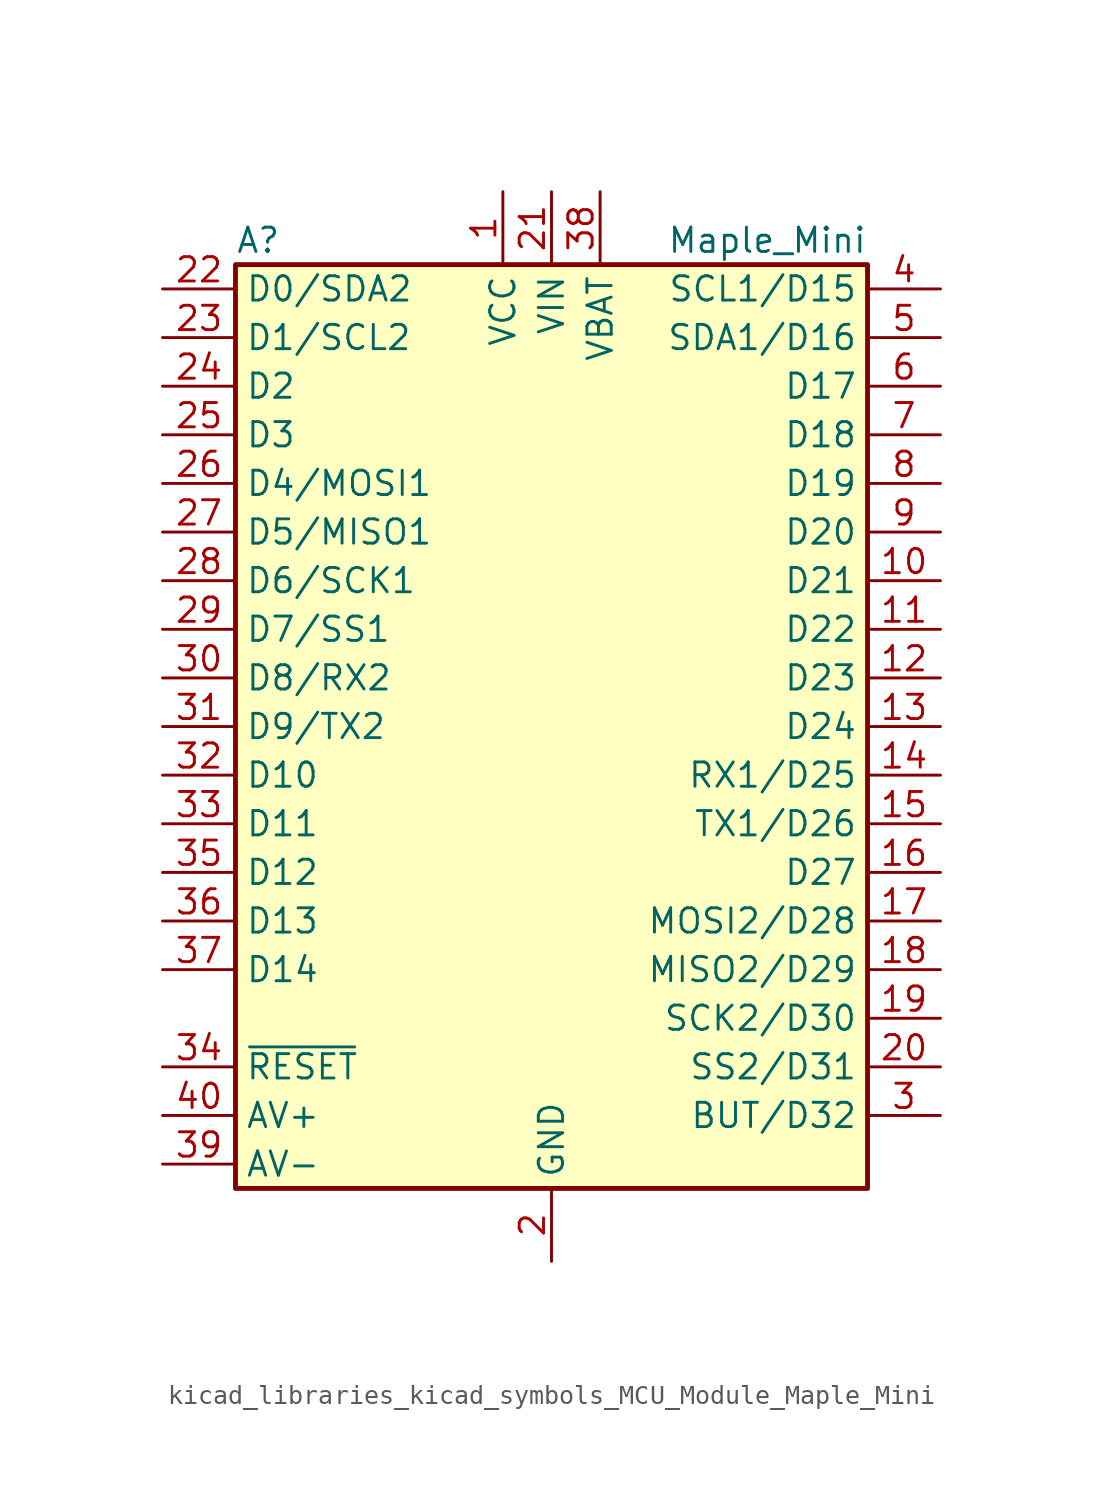
<source format=kicad_sym>
(kicad_symbol_lib
  (version 20220914)
  (generator kicad_symbol_editor)
  (symbol "kicad_libraries_kicad_symbols_MCU_Module_Maple_Mini"
    (property "Reference" "A"
      (at -16.51 25.4 0)
      (effects (font (size 1.27 1.27)) (justify left)))
    (property "Value" "Maple_Mini"
      (at 16.51 25.4 0)
      (effects (font (size 1.27 1.27)) (justify right)))
    (symbol "kicad_libraries_kicad_symbols_MCU_Module_Maple_Mini_0_1"
      (rectangle (start -16.51 24.13) (end 16.51 -24.13) (stroke (width 0.254) (type default)) (fill (type background))))
    (symbol "kicad_libraries_kicad_symbols_MCU_Module_Maple_Mini_1_1"
      (pin power_in line (at -2.54 27.94 270) (length 3.81) (name "VCC" (effects (font (size 1.27 1.27)))) (number "1" (effects (font (size 1.27 1.27)))))
      (pin bidirectional line (at 20.32 7.62 180) (length 3.81) (name "D21" (effects (font (size 1.27 1.27)))) (number "10" (effects (font (size 1.27 1.27)))))
      (pin bidirectional line (at 20.32 5.08 180) (length 3.81) (name "D22" (effects (font (size 1.27 1.27)))) (number "11" (effects (font (size 1.27 1.27)))))
      (pin bidirectional line (at 20.32 2.54 180) (length 3.81) (name "D23" (effects (font (size 1.27 1.27)))) (number "12" (effects (font (size 1.27 1.27)))))
      (pin bidirectional line (at 20.32 0 180) (length 3.81) (name "D24" (effects (font (size 1.27 1.27)))) (number "13" (effects (font (size 1.27 1.27)))))
      (pin bidirectional line (at 20.32 -2.54 180) (length 3.81) (name "RX1/D25" (effects (font (size 1.27 1.27)))) (number "14" (effects (font (size 1.27 1.27)))))
      (pin bidirectional line (at 20.32 -5.08 180) (length 3.81) (name "TX1/D26" (effects (font (size 1.27 1.27)))) (number "15" (effects (font (size 1.27 1.27)))))
      (pin bidirectional line (at 20.32 -7.62 180) (length 3.81) (name "D27" (effects (font (size 1.27 1.27)))) (number "16" (effects (font (size 1.27 1.27)))))
      (pin bidirectional line (at 20.32 -10.16 180) (length 3.81) (name "MOSI2/D28" (effects (font (size 1.27 1.27)))) (number "17" (effects (font (size 1.27 1.27)))))
      (pin bidirectional line (at 20.32 -12.7 180) (length 3.81) (name "MISO2/D29" (effects (font (size 1.27 1.27)))) (number "18" (effects (font (size 1.27 1.27)))))
      (pin bidirectional line (at 20.32 -15.24 180) (length 3.81) (name "SCK2/D30" (effects (font (size 1.27 1.27)))) (number "19" (effects (font (size 1.27 1.27)))))
      (pin power_in line (at 0 -27.94 90) (length 3.81) (name "GND" (effects (font (size 1.27 1.27)))) (number "2" (effects (font (size 1.27 1.27)))))
      (pin bidirectional line (at 20.32 -17.78 180) (length 3.81) (name "SS2/D31" (effects (font (size 1.27 1.27)))) (number "20" (effects (font (size 1.27 1.27)))))
      (pin power_in line (at 0 27.94 270) (length 3.81) (name "VIN" (effects (font (size 1.27 1.27)))) (number "21" (effects (font (size 1.27 1.27)))))
      (pin bidirectional line (at -20.32 22.86 0) (length 3.81) (name "D0/SDA2" (effects (font (size 1.27 1.27)))) (number "22" (effects (font (size 1.27 1.27)))))
      (pin bidirectional line (at -20.32 20.32 0) (length 3.81) (name "D1/SCL2" (effects (font (size 1.27 1.27)))) (number "23" (effects (font (size 1.27 1.27)))))
      (pin bidirectional line (at -20.32 17.78 0) (length 3.81) (name "D2" (effects (font (size 1.27 1.27)))) (number "24" (effects (font (size 1.27 1.27)))))
      (pin bidirectional line (at -20.32 15.24 0) (length 3.81) (name "D3" (effects (font (size 1.27 1.27)))) (number "25" (effects (font (size 1.27 1.27)))))
      (pin bidirectional line (at -20.32 12.7 0) (length 3.81) (name "D4/MOSI1" (effects (font (size 1.27 1.27)))) (number "26" (effects (font (size 1.27 1.27)))))
      (pin bidirectional line (at -20.32 10.16 0) (length 3.81) (name "D5/MISO1" (effects (font (size 1.27 1.27)))) (number "27" (effects (font (size 1.27 1.27)))))
      (pin bidirectional line (at -20.32 7.62 0) (length 3.81) (name "D6/SCK1" (effects (font (size 1.27 1.27)))) (number "28" (effects (font (size 1.27 1.27)))))
      (pin bidirectional line (at -20.32 5.08 0) (length 3.81) (name "D7/SS1" (effects (font (size 1.27 1.27)))) (number "29" (effects (font (size 1.27 1.27)))))
      (pin bidirectional line (at 20.32 -20.32 180) (length 3.81) (name "BUT/D32" (effects (font (size 1.27 1.27)))) (number "3" (effects (font (size 1.27 1.27)))))
      (pin bidirectional line (at -20.32 2.54 0) (length 3.81) (name "D8/RX2" (effects (font (size 1.27 1.27)))) (number "30" (effects (font (size 1.27 1.27)))))
      (pin bidirectional line (at -20.32 0 0) (length 3.81) (name "D9/TX2" (effects (font (size 1.27 1.27)))) (number "31" (effects (font (size 1.27 1.27)))))
      (pin bidirectional line (at -20.32 -2.54 0) (length 3.81) (name "D10" (effects (font (size 1.27 1.27)))) (number "32" (effects (font (size 1.27 1.27)))))
      (pin bidirectional line (at -20.32 -5.08 0) (length 3.81) (name "D11" (effects (font (size 1.27 1.27)))) (number "33" (effects (font (size 1.27 1.27)))))
      (pin input line (at -20.32 -17.78 0) (length 3.81) (name "~{RESET}" (effects (font (size 1.27 1.27)))) (number "34" (effects (font (size 1.27 1.27)))))
      (pin bidirectional line (at -20.32 -7.62 0) (length 3.81) (name "D12" (effects (font (size 1.27 1.27)))) (number "35" (effects (font (size 1.27 1.27)))))
      (pin bidirectional line (at -20.32 -10.16 0) (length 3.81) (name "D13" (effects (font (size 1.27 1.27)))) (number "36" (effects (font (size 1.27 1.27)))))
      (pin bidirectional line (at -20.32 -12.7 0) (length 3.81) (name "D14" (effects (font (size 1.27 1.27)))) (number "37" (effects (font (size 1.27 1.27)))))
      (pin power_in line (at 2.54 27.94 270) (length 3.81) (name "VBAT" (effects (font (size 1.27 1.27)))) (number "38" (effects (font (size 1.27 1.27)))))
      (pin output line (at -20.32 -22.86 0) (length 3.81) (name "AV-" (effects (font (size 1.27 1.27)))) (number "39" (effects (font (size 1.27 1.27)))))
      (pin bidirectional line (at 20.32 22.86 180) (length 3.81) (name "SCL1/D15" (effects (font (size 1.27 1.27)))) (number "4" (effects (font (size 1.27 1.27)))))
      (pin output line (at -20.32 -20.32 0) (length 3.81) (name "AV+" (effects (font (size 1.27 1.27)))) (number "40" (effects (font (size 1.27 1.27)))))
      (pin bidirectional line (at 20.32 20.32 180) (length 3.81) (name "SDA1/D16" (effects (font (size 1.27 1.27)))) (number "5" (effects (font (size 1.27 1.27)))))
      (pin bidirectional line (at 20.32 17.78 180) (length 3.81) (name "D17" (effects (font (size 1.27 1.27)))) (number "6" (effects (font (size 1.27 1.27)))))
      (pin bidirectional line (at 20.32 15.24 180) (length 3.81) (name "D18" (effects (font (size 1.27 1.27)))) (number "7" (effects (font (size 1.27 1.27)))))
      (pin bidirectional line (at 20.32 12.7 180) (length 3.81) (name "D19" (effects (font (size 1.27 1.27)))) (number "8" (effects (font (size 1.27 1.27)))))
      (pin bidirectional line (at 20.32 10.16 180) (length 3.81) (name "D20" (effects (font (size 1.27 1.27)))) (number "9" (effects (font (size 1.27 1.27))))))))
</source>
